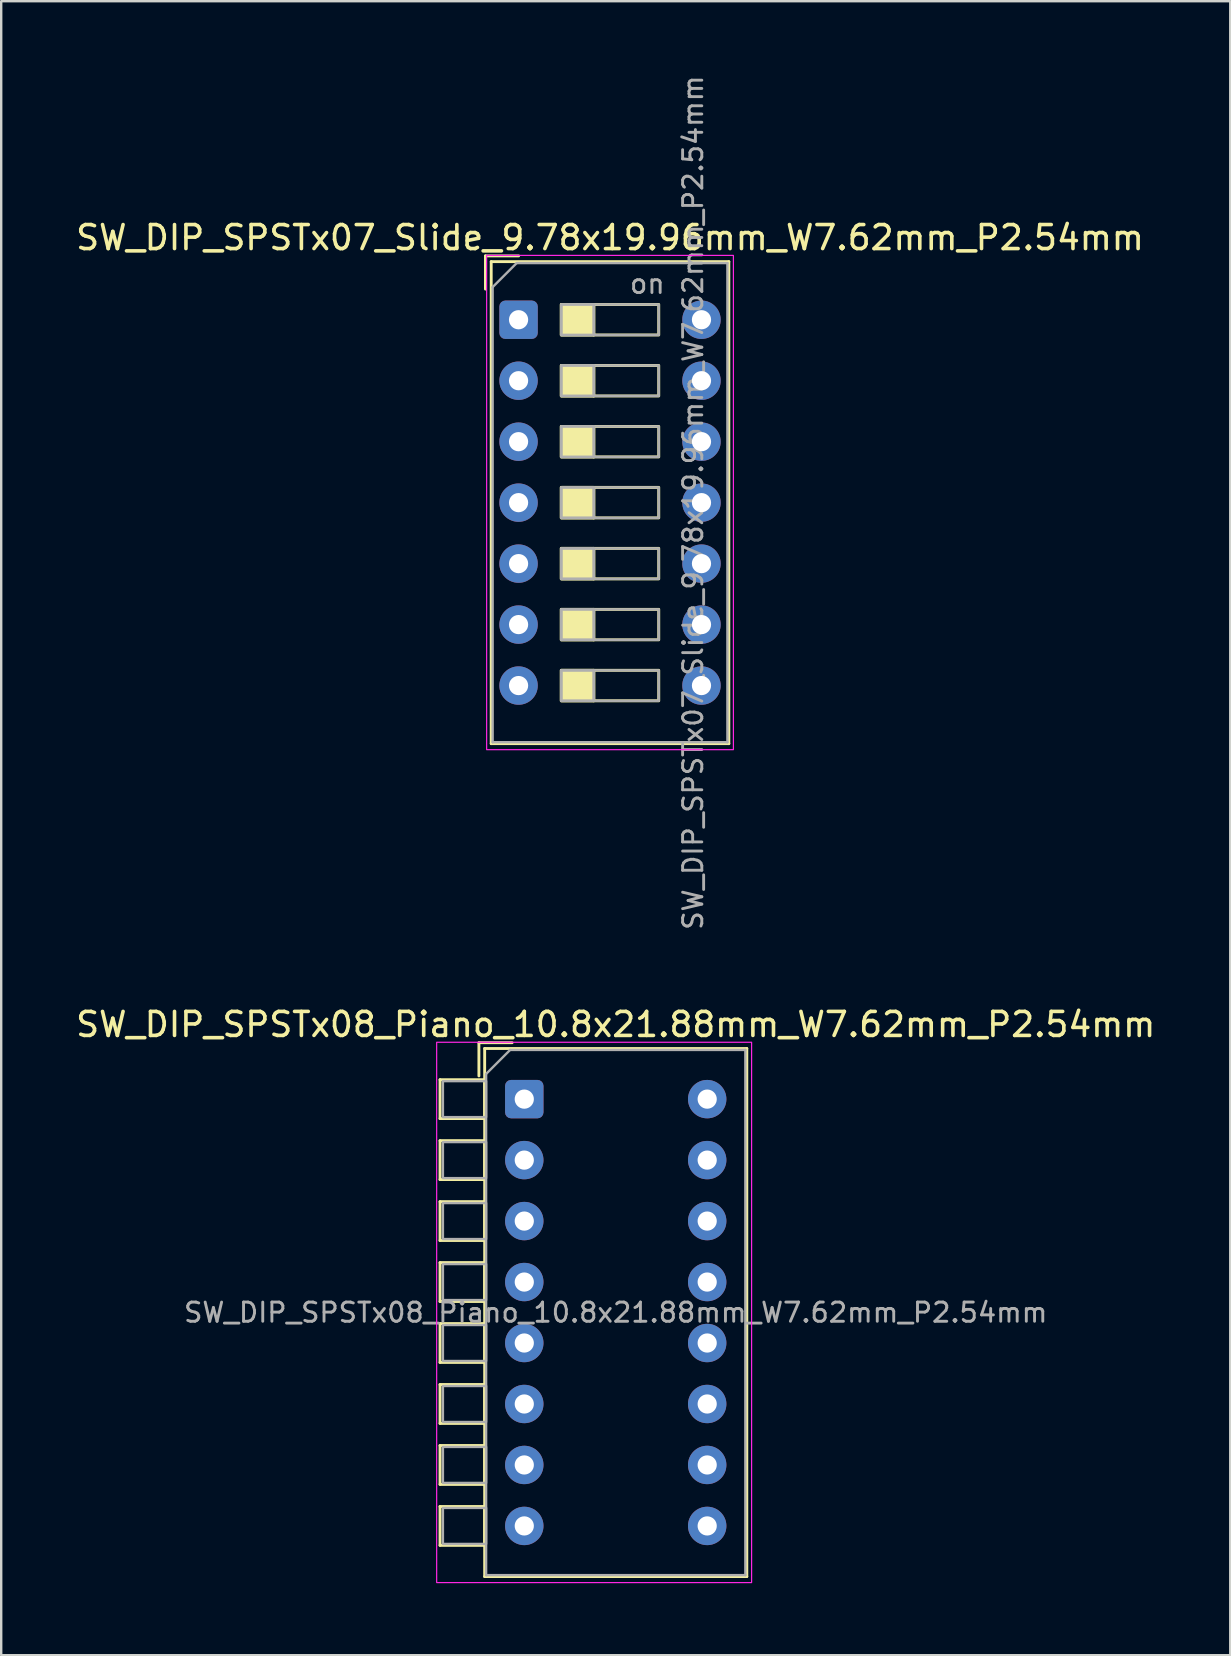
<source format=kicad_pcb>
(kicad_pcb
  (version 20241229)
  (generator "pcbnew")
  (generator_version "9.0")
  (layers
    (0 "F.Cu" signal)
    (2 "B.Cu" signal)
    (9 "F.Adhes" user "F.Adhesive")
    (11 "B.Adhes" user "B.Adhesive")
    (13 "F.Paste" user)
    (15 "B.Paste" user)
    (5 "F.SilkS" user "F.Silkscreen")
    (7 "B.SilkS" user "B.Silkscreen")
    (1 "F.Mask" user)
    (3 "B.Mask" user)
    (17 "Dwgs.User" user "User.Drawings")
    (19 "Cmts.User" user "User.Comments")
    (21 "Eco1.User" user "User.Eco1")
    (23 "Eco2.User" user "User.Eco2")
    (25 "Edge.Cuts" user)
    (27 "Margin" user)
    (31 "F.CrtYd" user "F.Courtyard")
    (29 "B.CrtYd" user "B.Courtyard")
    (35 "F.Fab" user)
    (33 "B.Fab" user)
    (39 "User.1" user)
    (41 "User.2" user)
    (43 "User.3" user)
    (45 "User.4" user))
  (footprint "SW_DIP_SPSTx07_Slide_9.78x19.96mm_W7.62mm_P2.54mm"
    (layer "F.Cu")
    (at 18.553 10.27)
    (property "Reference" "SW_DIP_SPSTx07_Slide_9.78x19.96mm_W7.62mm_P2.54mm" (at 3.81 -3.42 0) (layer "F.SilkS") (effects (font (size 1 1) (thickness 0.15))))
    (attr through_hole)
    (fp_line (start -1.38 -2.66) (end -1.38 -1.277) (stroke (width 0.12) (type solid)) (layer "F.SilkS"))
    (fp_line (start -1.38 -2.66) (end 0.003 -2.66) (stroke (width 0.12) (type solid)) (layer "F.SilkS"))
    (fp_line (start -1.14 -2.42) (end -1.14 17.66) (stroke (width 0.12) (type solid)) (layer "F.SilkS"))
    (fp_line (start -1.14 -2.42) (end 8.76 -2.42) (stroke (width 0.12) (type solid)) (layer "F.SilkS"))
    (fp_line (start -1.14 17.66) (end 8.76 17.66) (stroke (width 0.12) (type solid)) (layer "F.SilkS"))
    (fp_line (start 3.133 -0.635) (end 3.133 0.635) (stroke (width 0.12) (type solid)) (layer "F.SilkS"))
    (fp_line (start 3.133 1.905) (end 3.133 3.175) (stroke (width 0.12) (type solid)) (layer "F.SilkS"))
    (fp_line (start 3.133 4.445) (end 3.133 5.715) (stroke (width 0.12) (type solid)) (layer "F.SilkS"))
    (fp_line (start 3.133 6.985) (end 3.133 8.255) (stroke (width 0.12) (type solid)) (layer "F.SilkS"))
    (fp_line (start 3.133 9.525) (end 3.133 10.795) (stroke (width 0.12) (type solid)) (layer "F.SilkS"))
    (fp_line (start 3.133 12.065) (end 3.133 13.335) (stroke (width 0.12) (type solid)) (layer "F.SilkS"))
    (fp_line (start 3.133 14.605) (end 3.133 15.875) (stroke (width 0.12) (type solid)) (layer "F.SilkS"))
    (fp_line (start 8.76 -2.42) (end 8.76 17.66) (stroke (width 0.12) (type solid)) (layer "F.SilkS"))
    (fp_rect (start 1.78 -0.635) (end 3.133 0.635) (stroke (width 0.12) (type solid)) (fill yes) (layer "F.SilkS"))
    (fp_rect (start 1.78 -0.635) (end 5.84 0.635) (stroke (width 0.12) (type solid)) (fill no) (layer "F.SilkS"))
    (fp_rect (start 1.78 1.905) (end 3.133 3.175) (stroke (width 0.12) (type solid)) (fill yes) (layer "F.SilkS"))
    (fp_rect (start 1.78 1.905) (end 5.84 3.175) (stroke (width 0.12) (type solid)) (fill no) (layer "F.SilkS"))
    (fp_rect (start 1.78 4.445) (end 3.133 5.715) (stroke (width 0.12) (type solid)) (fill yes) (layer "F.SilkS"))
    (fp_rect (start 1.78 4.445) (end 5.84 5.715) (stroke (width 0.12) (type solid)) (fill no) (layer "F.SilkS"))
    (fp_rect (start 1.78 6.985) (end 3.133 8.255) (stroke (width 0.12) (type solid)) (fill yes) (layer "F.SilkS"))
    (fp_rect (start 1.78 6.985) (end 5.84 8.255) (stroke (width 0.12) (type solid)) (fill no) (layer "F.SilkS"))
    (fp_rect (start 1.78 9.525) (end 3.133 10.795) (stroke (width 0.12) (type solid)) (fill yes) (layer "F.SilkS"))
    (fp_rect (start 1.78 9.525) (end 5.84 10.795) (stroke (width 0.12) (type solid)) (fill no) (layer "F.SilkS"))
    (fp_rect (start 1.78 12.065) (end 3.133 13.335) (stroke (width 0.12) (type solid)) (fill yes) (layer "F.SilkS"))
    (fp_rect (start 1.78 12.065) (end 5.84 13.335) (stroke (width 0.12) (type solid)) (fill no) (layer "F.SilkS"))
    (fp_rect (start 1.78 14.605) (end 3.133 15.875) (stroke (width 0.12) (type solid)) (fill yes) (layer "F.SilkS"))
    (fp_rect (start 1.78 14.605) (end 5.84 15.875) (stroke (width 0.12) (type solid)) (fill no) (layer "F.SilkS"))
    (fp_rect (start -1.33 -2.68) (end 8.95 17.91) (stroke (width 0.05) (type solid)) (fill no) (layer "F.CrtYd"))
    (fp_line (start -1.08 -1.36) (end -0.08 -2.36) (stroke (width 0.1) (type solid)) (layer "F.Fab"))
    (fp_line (start -1.08 17.6) (end -1.08 -1.36) (stroke (width 0.1) (type solid)) (layer "F.Fab"))
    (fp_line (start -0.08 -2.36) (end 8.7 -2.36) (stroke (width 0.1) (type solid)) (layer "F.Fab"))
    (fp_line (start 3.133 -0.635) (end 3.133 0.635) (stroke (width 0.1) (type solid)) (layer "F.Fab"))
    (fp_line (start 3.133 1.905) (end 3.133 3.175) (stroke (width 0.1) (type solid)) (layer "F.Fab"))
    (fp_line (start 3.133 4.445) (end 3.133 5.715) (stroke (width 0.1) (type solid)) (layer "F.Fab"))
    (fp_line (start 3.133 6.985) (end 3.133 8.255) (stroke (width 0.1) (type solid)) (layer "F.Fab"))
    (fp_line (start 3.133 9.525) (end 3.133 10.795) (stroke (width 0.1) (type solid)) (layer "F.Fab"))
    (fp_line (start 3.133 12.065) (end 3.133 13.335) (stroke (width 0.1) (type solid)) (layer "F.Fab"))
    (fp_line (start 3.133 14.605) (end 3.133 15.875) (stroke (width 0.1) (type solid)) (layer "F.Fab"))
    (fp_line (start 8.7 -2.36) (end 8.7 17.6) (stroke (width 0.1) (type solid)) (layer "F.Fab"))
    (fp_line (start 8.7 17.6) (end -1.08 17.6) (stroke (width 0.1) (type solid)) (layer "F.Fab"))
    (fp_rect (start 1.78 -0.635) (end 3.133 0.635) (stroke (width 0.1) (type solid)) (fill no) (layer "F.Fab"))
    (fp_rect (start 1.78 -0.635) (end 5.84 0.635) (stroke (width 0.1) (type solid)) (fill no) (layer "F.Fab"))
    (fp_rect (start 1.78 1.905) (end 3.133 3.175) (stroke (width 0.1) (type solid)) (fill no) (layer "F.Fab"))
    (fp_rect (start 1.78 1.905) (end 5.84 3.175) (stroke (width 0.1) (type solid)) (fill no) (layer "F.Fab"))
    (fp_rect (start 1.78 4.445) (end 3.133 5.715) (stroke (width 0.1) (type solid)) (fill no) (layer "F.Fab"))
    (fp_rect (start 1.78 4.445) (end 5.84 5.715) (stroke (width 0.1) (type solid)) (fill no) (layer "F.Fab"))
    (fp_rect (start 1.78 6.985) (end 3.133 8.255) (stroke (width 0.1) (type solid)) (fill no) (layer "F.Fab"))
    (fp_rect (start 1.78 6.985) (end 5.84 8.255) (stroke (width 0.1) (type solid)) (fill no) (layer "F.Fab"))
    (fp_rect (start 1.78 9.525) (end 3.133 10.795) (stroke (width 0.1) (type solid)) (fill no) (layer "F.Fab"))
    (fp_rect (start 1.78 9.525) (end 5.84 10.795) (stroke (width 0.1) (type solid)) (fill no) (layer "F.Fab"))
    (fp_rect (start 1.78 12.065) (end 3.133 13.335) (stroke (width 0.1) (type solid)) (fill no) (layer "F.Fab"))
    (fp_rect (start 1.78 12.065) (end 5.84 13.335) (stroke (width 0.1) (type solid)) (fill no) (layer "F.Fab"))
    (fp_rect (start 1.78 14.605) (end 3.133 15.875) (stroke (width 0.1) (type solid)) (fill no) (layer "F.Fab"))
    (fp_rect (start 1.78 14.605) (end 5.84 15.875) (stroke (width 0.1) (type solid)) (fill no) (layer "F.Fab"))
    (fp_text user "${REFERENCE}" (at 7.27 7.62 90) (layer "F.Fab") (effects (font (size 0.8 0.8) (thickness 0.12))))
    (fp_text user "on" (at 5.365 -1.498 0) (layer "F.Fab") (effects (font (size 0.8 0.8) (thickness 0.12))))
    (pad "1" thru_hole roundrect (at 0 0) (size 1.6 1.6) (drill 0.8) (layers "*.Cu" "*.Mask") (roundrect_rratio 0.156))
    (pad "2" thru_hole circle (at 0 2.54) (size 1.6 1.6) (drill 0.8) (layers "*.Cu" "*.Mask"))
    (pad "3" thru_hole circle (at 0 5.08) (size 1.6 1.6) (drill 0.8) (layers "*.Cu" "*.Mask"))
    (pad "4" thru_hole circle (at 0 7.62) (size 1.6 1.6) (drill 0.8) (layers "*.Cu" "*.Mask"))
    (pad "5" thru_hole circle (at 0 10.16) (size 1.6 1.6) (drill 0.8) (layers "*.Cu" "*.Mask"))
    (pad "6" thru_hole circle (at 0 12.7) (size 1.6 1.6) (drill 0.8) (layers "*.Cu" "*.Mask"))
    (pad "7" thru_hole circle (at 0 15.24) (size 1.6 1.6) (drill 0.8) (layers "*.Cu" "*.Mask"))
    (pad "8" thru_hole circle (at 7.62 15.24) (size 1.6 1.6) (drill 0.8) (layers "*.Cu" "*.Mask"))
    (pad "9" thru_hole circle (at 7.62 12.7) (size 1.6 1.6) (drill 0.8) (layers "*.Cu" "*.Mask"))
    (pad "10" thru_hole circle (at 7.62 10.16) (size 1.6 1.6) (drill 0.8) (layers "*.Cu" "*.Mask"))
    (pad "11" thru_hole circle (at 7.62 7.62) (size 1.6 1.6) (drill 0.8) (layers "*.Cu" "*.Mask"))
    (pad "12" thru_hole circle (at 7.62 5.08) (size 1.6 1.6) (drill 0.8) (layers "*.Cu" "*.Mask"))
    (pad "13" thru_hole circle (at 7.62 2.54) (size 1.6 1.6) (drill 0.8) (layers "*.Cu" "*.Mask"))
    (pad "14" thru_hole circle (at 7.62 0) (size 1.6 1.6) (drill 0.8) (layers "*.Cu" "*.Mask")))
  (footprint "SW_DIP_SPSTx08_Piano_10.8x21.88mm_W7.62mm_P2.54mm"
    (layer "F.Cu")
    (at 18.791 42.739)
    (property "Reference" "SW_DIP_SPSTx08_Piano_10.8x21.88mm_W7.62mm_P2.54mm" (at 3.81 -3.11 0) (layer "F.SilkS") (effects (font (size 1 1) (thickness 0.15))))
    (attr through_hole)
    (fp_line (start -3.51 -0.81) (end -1.65 -0.81) (stroke (width 0.12) (type solid)) (layer "F.SilkS"))
    (fp_line (start -3.51 0.81) (end -3.51 -0.81) (stroke (width 0.12) (type solid)) (layer "F.SilkS"))
    (fp_line (start -3.51 1.73) (end -1.65 1.73) (stroke (width 0.12) (type solid)) (layer "F.SilkS"))
    (fp_line (start -3.51 3.35) (end -3.51 1.73) (stroke (width 0.12) (type solid)) (layer "F.SilkS"))
    (fp_line (start -3.51 4.27) (end -1.65 4.27) (stroke (width 0.12) (type solid)) (layer "F.SilkS"))
    (fp_line (start -3.51 5.89) (end -3.51 4.27) (stroke (width 0.12) (type solid)) (layer "F.SilkS"))
    (fp_line (start -3.51 6.81) (end -1.65 6.81) (stroke (width 0.12) (type solid)) (layer "F.SilkS"))
    (fp_line (start -3.51 8.43) (end -3.51 6.81) (stroke (width 0.12) (type solid)) (layer "F.SilkS"))
    (fp_line (start -3.51 9.35) (end -1.65 9.35) (stroke (width 0.12) (type solid)) (layer "F.SilkS"))
    (fp_line (start -3.51 10.97) (end -3.51 9.35) (stroke (width 0.12) (type solid)) (layer "F.SilkS"))
    (fp_line (start -3.51 11.89) (end -1.65 11.89) (stroke (width 0.12) (type solid)) (layer "F.SilkS"))
    (fp_line (start -3.51 13.51) (end -3.51 11.89) (stroke (width 0.12) (type solid)) (layer "F.SilkS"))
    (fp_line (start -3.51 14.43) (end -1.65 14.43) (stroke (width 0.12) (type solid)) (layer "F.SilkS"))
    (fp_line (start -3.51 16.05) (end -3.51 14.43) (stroke (width 0.12) (type solid)) (layer "F.SilkS"))
    (fp_line (start -3.51 16.97) (end -1.65 16.97) (stroke (width 0.12) (type solid)) (layer "F.SilkS"))
    (fp_line (start -3.51 18.59) (end -3.51 16.97) (stroke (width 0.12) (type solid)) (layer "F.SilkS"))
    (fp_line (start -1.89 -2.35) (end -1.89 -0.967) (stroke (width 0.12) (type solid)) (layer "F.SilkS"))
    (fp_line (start -1.89 -2.35) (end -0.507 -2.35) (stroke (width 0.12) (type solid)) (layer "F.SilkS"))
    (fp_line (start -1.65 -2.11) (end -1.65 19.89) (stroke (width 0.12) (type solid)) (layer "F.SilkS"))
    (fp_line (start -1.65 -2.11) (end 9.27 -2.11) (stroke (width 0.12) (type solid)) (layer "F.SilkS"))
    (fp_line (start -1.65 -0.81) (end -1.65 0.81) (stroke (width 0.12) (type solid)) (layer "F.SilkS"))
    (fp_line (start -1.65 0.81) (end -3.51 0.81) (stroke (width 0.12) (type solid)) (layer "F.SilkS"))
    (fp_line (start -1.65 1.73) (end -1.65 3.35) (stroke (width 0.12) (type solid)) (layer "F.SilkS"))
    (fp_line (start -1.65 3.35) (end -3.51 3.35) (stroke (width 0.12) (type solid)) (layer "F.SilkS"))
    (fp_line (start -1.65 4.27) (end -1.65 5.89) (stroke (width 0.12) (type solid)) (layer "F.SilkS"))
    (fp_line (start -1.65 5.89) (end -3.51 5.89) (stroke (width 0.12) (type solid)) (layer "F.SilkS"))
    (fp_line (start -1.65 6.81) (end -1.65 8.43) (stroke (width 0.12) (type solid)) (layer "F.SilkS"))
    (fp_line (start -1.65 8.43) (end -3.51 8.43) (stroke (width 0.12) (type solid)) (layer "F.SilkS"))
    (fp_line (start -1.65 9.35) (end -1.65 10.97) (stroke (width 0.12) (type solid)) (layer "F.SilkS"))
    (fp_line (start -1.65 10.97) (end -3.51 10.97) (stroke (width 0.12) (type solid)) (layer "F.SilkS"))
    (fp_line (start -1.65 11.89) (end -1.65 13.51) (stroke (width 0.12) (type solid)) (layer "F.SilkS"))
    (fp_line (start -1.65 13.51) (end -3.51 13.51) (stroke (width 0.12) (type solid)) (layer "F.SilkS"))
    (fp_line (start -1.65 14.43) (end -1.65 16.05) (stroke (width 0.12) (type solid)) (layer "F.SilkS"))
    (fp_line (start -1.65 16.05) (end -3.51 16.05) (stroke (width 0.12) (type solid)) (layer "F.SilkS"))
    (fp_line (start -1.65 16.97) (end -1.65 18.59) (stroke (width 0.12) (type solid)) (layer "F.SilkS"))
    (fp_line (start -1.65 18.59) (end -3.51 18.59) (stroke (width 0.12) (type solid)) (layer "F.SilkS"))
    (fp_line (start -1.65 19.89) (end 9.27 19.89) (stroke (width 0.12) (type solid)) (layer "F.SilkS"))
    (fp_line (start 9.27 -2.11) (end 9.27 19.89) (stroke (width 0.12) (type solid)) (layer "F.SilkS"))
    (fp_rect (start -3.65 -2.37) (end 9.47 20.14) (stroke (width 0.05) (type solid)) (fill no) (layer "F.CrtYd"))
    (fp_line (start -1.59 -1.05) (end -0.59 -2.05) (stroke (width 0.1) (type solid)) (layer "F.Fab"))
    (fp_line (start -1.59 19.83) (end -1.59 -1.05) (stroke (width 0.1) (type solid)) (layer "F.Fab"))
    (fp_line (start -0.59 -2.05) (end 9.21 -2.05) (stroke (width 0.1) (type solid)) (layer "F.Fab"))
    (fp_line (start 9.21 -2.05) (end 9.21 19.83) (stroke (width 0.1) (type solid)) (layer "F.Fab"))
    (fp_line (start 9.21 19.83) (end -1.59 19.83) (stroke (width 0.1) (type solid)) (layer "F.Fab"))
    (fp_rect (start -3.39 -0.75) (end -1.59 0.75) (stroke (width 0.1) (type solid)) (fill no) (layer "F.Fab"))
    (fp_rect (start -3.39 1.79) (end -1.59 3.29) (stroke (width 0.1) (type solid)) (fill no) (layer "F.Fab"))
    (fp_rect (start -3.39 4.33) (end -1.59 5.83) (stroke (width 0.1) (type solid)) (fill no) (layer "F.Fab"))
    (fp_rect (start -3.39 6.87) (end -1.59 8.37) (stroke (width 0.1) (type solid)) (fill no) (layer "F.Fab"))
    (fp_rect (start -3.39 9.41) (end -1.59 10.91) (stroke (width 0.1) (type solid)) (fill no) (layer "F.Fab"))
    (fp_rect (start -3.39 11.95) (end -1.59 13.45) (stroke (width 0.1) (type solid)) (fill no) (layer "F.Fab"))
    (fp_rect (start -3.39 14.49) (end -1.59 15.99) (stroke (width 0.1) (type solid)) (fill no) (layer "F.Fab"))
    (fp_rect (start -3.39 17.03) (end -1.59 18.53) (stroke (width 0.1) (type solid)) (fill no) (layer "F.Fab"))
    (fp_text user "${REFERENCE}" (at 3.81 8.89 0) (layer "F.Fab") (effects (font (size 0.8 0.8) (thickness 0.12))))
    (pad "1" thru_hole roundrect (at 0 0) (size 1.6 1.6) (drill 0.8) (layers "*.Cu" "*.Mask") (roundrect_rratio 0.156))
    (pad "2" thru_hole circle (at 0 2.54) (size 1.6 1.6) (drill 0.8) (layers "*.Cu" "*.Mask"))
    (pad "3" thru_hole circle (at 0 5.08) (size 1.6 1.6) (drill 0.8) (layers "*.Cu" "*.Mask"))
    (pad "4" thru_hole circle (at 0 7.62) (size 1.6 1.6) (drill 0.8) (layers "*.Cu" "*.Mask"))
    (pad "5" thru_hole circle (at 0 10.16) (size 1.6 1.6) (drill 0.8) (layers "*.Cu" "*.Mask"))
    (pad "6" thru_hole circle (at 0 12.7) (size 1.6 1.6) (drill 0.8) (layers "*.Cu" "*.Mask"))
    (pad "7" thru_hole circle (at 0 15.24) (size 1.6 1.6) (drill 0.8) (layers "*.Cu" "*.Mask"))
    (pad "8" thru_hole circle (at 0 17.78) (size 1.6 1.6) (drill 0.8) (layers "*.Cu" "*.Mask"))
    (pad "9" thru_hole circle (at 7.62 17.78) (size 1.6 1.6) (drill 0.8) (layers "*.Cu" "*.Mask"))
    (pad "10" thru_hole circle (at 7.62 15.24) (size 1.6 1.6) (drill 0.8) (layers "*.Cu" "*.Mask"))
    (pad "11" thru_hole circle (at 7.62 12.7) (size 1.6 1.6) (drill 0.8) (layers "*.Cu" "*.Mask"))
    (pad "12" thru_hole circle (at 7.62 10.16) (size 1.6 1.6) (drill 0.8) (layers "*.Cu" "*.Mask"))
    (pad "13" thru_hole circle (at 7.62 7.62) (size 1.6 1.6) (drill 0.8) (layers "*.Cu" "*.Mask"))
    (pad "14" thru_hole circle (at 7.62 5.08) (size 1.6 1.6) (drill 0.8) (layers "*.Cu" "*.Mask"))
    (pad "15" thru_hole circle (at 7.62 2.54) (size 1.6 1.6) (drill 0.8) (layers "*.Cu" "*.Mask"))
    (pad "16" thru_hole circle (at 7.62 0) (size 1.6 1.6) (drill 0.8) (layers "*.Cu" "*.Mask")))
  (gr_rect
    (start -3 -3)
    (end 48.202 65.904)
    (stroke (width 0.1) (type default))
    (fill no)
    (layer "Edge.Cuts")))
</source>
